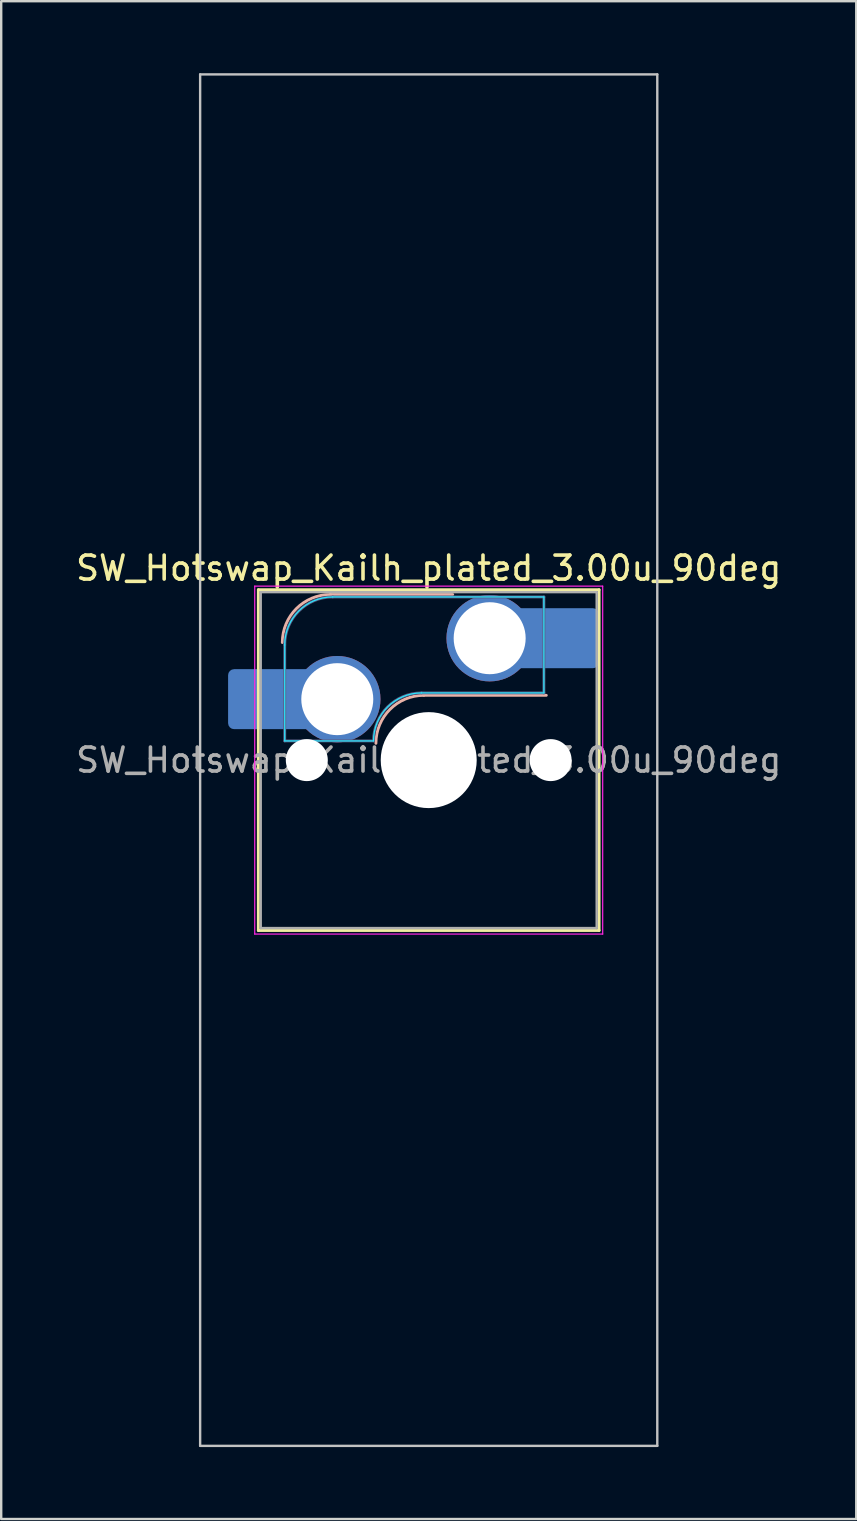
<source format=kicad_pcb>
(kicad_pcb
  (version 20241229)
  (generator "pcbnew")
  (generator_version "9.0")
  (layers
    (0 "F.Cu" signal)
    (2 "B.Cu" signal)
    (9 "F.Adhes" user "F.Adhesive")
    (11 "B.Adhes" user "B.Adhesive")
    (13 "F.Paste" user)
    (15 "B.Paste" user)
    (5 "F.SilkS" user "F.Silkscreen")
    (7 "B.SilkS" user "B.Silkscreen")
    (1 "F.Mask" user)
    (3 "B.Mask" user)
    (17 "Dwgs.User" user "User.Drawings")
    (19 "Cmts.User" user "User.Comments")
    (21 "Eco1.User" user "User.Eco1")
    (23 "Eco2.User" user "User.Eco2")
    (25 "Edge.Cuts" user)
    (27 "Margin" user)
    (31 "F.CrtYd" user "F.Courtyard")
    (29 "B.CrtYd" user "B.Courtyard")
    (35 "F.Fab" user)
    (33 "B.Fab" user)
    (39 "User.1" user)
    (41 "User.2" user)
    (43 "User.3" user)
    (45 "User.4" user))
  (footprint "SW_Hotswap_Kailh_plated_3.00u_90deg"
    (layer "F.Cu")
    (at 14.815 28.625)
    (property "Reference" "SW_Hotswap_Kailh_plated_3.00u_90deg" (at 0 -8 0) (layer "F.SilkS") (effects (font (size 1 1) (thickness 0.15))))
    (attr smd)
    (fp_line (start -7.1 -7.1) (end -7.1 7.1) (stroke (width 0.12) (type solid)) (layer "F.SilkS"))
    (fp_line (start -7.1 7.1) (end 7.1 7.1) (stroke (width 0.12) (type solid)) (layer "F.SilkS"))
    (fp_line (start 7.1 -7.1) (end -7.1 -7.1) (stroke (width 0.12) (type solid)) (layer "F.SilkS"))
    (fp_line (start 7.1 7.1) (end 7.1 -7.1) (stroke (width 0.12) (type solid)) (layer "F.SilkS"))
    (fp_line (start -4.1 -6.9) (end 1 -6.9) (stroke (width 0.12) (type solid)) (layer "B.SilkS"))
    (fp_line (start -0.2 -2.7) (end 4.9 -2.7) (stroke (width 0.12) (type solid)) (layer "B.SilkS"))
    (fp_arc (start -6.1 -4.9) (mid -5.514214 -6.314214) (end -4.1 -6.9) (stroke (width 0.12) (type solid)) (layer "B.SilkS"))
    (fp_arc (start -2.2 -0.7) (mid -1.614214 -2.114214) (end -0.2 -2.7) (stroke (width 0.12) (type solid)) (layer "B.SilkS"))
    (fp_line (start -9.525 -28.575) (end 9.525 -28.575) (stroke (width 0.1) (type solid)) (layer "Dwgs.User"))
    (fp_line (start -9.525 28.575) (end -9.525 -28.575) (stroke (width 0.1) (type solid)) (layer "Dwgs.User"))
    (fp_line (start 9.525 -28.575) (end 9.525 28.575) (stroke (width 0.1) (type solid)) (layer "Dwgs.User"))
    (fp_line (start 9.525 28.575) (end -9.525 28.575) (stroke (width 0.1) (type solid)) (layer "Dwgs.User"))
    (fp_line (start -7.8 -6) (end -7 -6) (stroke (width 0.1) (type solid)) (layer "Eco1.User"))
    (fp_line (start -7.8 -2.9) (end -7.8 -6) (stroke (width 0.1) (type solid)) (layer "Eco1.User"))
    (fp_line (start -7.8 2.9) (end -7 2.9) (stroke (width 0.1) (type solid)) (layer "Eco1.User"))
    (fp_line (start -7.8 6) (end -7.8 2.9) (stroke (width 0.1) (type solid)) (layer "Eco1.User"))
    (fp_line (start -7 -7) (end 7 -7) (stroke (width 0.1) (type solid)) (layer "Eco1.User"))
    (fp_line (start -7 -6) (end -7 -7) (stroke (width 0.1) (type solid)) (layer "Eco1.User"))
    (fp_line (start -7 -2.9) (end -7.8 -2.9) (stroke (width 0.1) (type solid)) (layer "Eco1.User"))
    (fp_line (start -7 2.9) (end -7 -2.9) (stroke (width 0.1) (type solid)) (layer "Eco1.User"))
    (fp_line (start -7 6) (end -7.8 6) (stroke (width 0.1) (type solid)) (layer "Eco1.User"))
    (fp_line (start -7 7) (end -7 6) (stroke (width 0.1) (type solid)) (layer "Eco1.User"))
    (fp_line (start 7 -7) (end 7 -6) (stroke (width 0.1) (type solid)) (layer "Eco1.User"))
    (fp_line (start 7 -6) (end 7.8 -6) (stroke (width 0.1) (type solid)) (layer "Eco1.User"))
    (fp_line (start 7 -2.9) (end 7 2.9) (stroke (width 0.1) (type solid)) (layer "Eco1.User"))
    (fp_line (start 7 2.9) (end 7.8 2.9) (stroke (width 0.1) (type solid)) (layer "Eco1.User"))
    (fp_line (start 7 6) (end 7 7) (stroke (width 0.1) (type solid)) (layer "Eco1.User"))
    (fp_line (start 7 7) (end -7 7) (stroke (width 0.1) (type solid)) (layer "Eco1.User"))
    (fp_line (start 7.8 -6) (end 7.8 -2.9) (stroke (width 0.1) (type solid)) (layer "Eco1.User"))
    (fp_line (start 7.8 -2.9) (end 7 -2.9) (stroke (width 0.1) (type solid)) (layer "Eco1.User"))
    (fp_line (start 7.8 2.9) (end 7.8 6) (stroke (width 0.1) (type solid)) (layer "Eco1.User"))
    (fp_line (start 7.8 6) (end 7 6) (stroke (width 0.1) (type solid)) (layer "Eco1.User"))
    (fp_line (start -6 -0.8) (end -6 -4.8) (stroke (width 0.05) (type solid)) (layer "B.CrtYd"))
    (fp_line (start -6 -0.8) (end -2.3 -0.8) (stroke (width 0.05) (type solid)) (layer "B.CrtYd"))
    (fp_line (start -4 -6.8) (end 4.8 -6.8) (stroke (width 0.05) (type solid)) (layer "B.CrtYd"))
    (fp_line (start -0.3 -2.8) (end 4.8 -2.8) (stroke (width 0.05) (type solid)) (layer "B.CrtYd"))
    (fp_line (start 4.8 -6.8) (end 4.8 -2.8) (stroke (width 0.05) (type solid)) (layer "B.CrtYd"))
    (fp_arc (start -6 -4.8) (mid -5.414214 -6.214214) (end -4 -6.8) (stroke (width 0.05) (type solid)) (layer "B.CrtYd"))
    (fp_arc (start -2.3 -0.8) (mid -1.714214 -2.214214) (end -0.3 -2.8) (stroke (width 0.05) (type solid)) (layer "B.CrtYd"))
    (fp_line (start -7.25 -7.25) (end -7.25 7.25) (stroke (width 0.05) (type solid)) (layer "F.CrtYd"))
    (fp_line (start -7.25 7.25) (end 7.25 7.25) (stroke (width 0.05) (type solid)) (layer "F.CrtYd"))
    (fp_line (start 7.25 -7.25) (end -7.25 -7.25) (stroke (width 0.05) (type solid)) (layer "F.CrtYd"))
    (fp_line (start 7.25 7.25) (end 7.25 -7.25) (stroke (width 0.05) (type solid)) (layer "F.CrtYd"))
    (fp_line (start -6 -0.8) (end -6 -4.8) (stroke (width 0.12) (type solid)) (layer "B.Fab"))
    (fp_line (start -6 -0.8) (end -2.3 -0.8) (stroke (width 0.12) (type solid)) (layer "B.Fab"))
    (fp_line (start -4 -6.8) (end 4.8 -6.8) (stroke (width 0.12) (type solid)) (layer "B.Fab"))
    (fp_line (start -0.3 -2.8) (end 4.8 -2.8) (stroke (width 0.12) (type solid)) (layer "B.Fab"))
    (fp_line (start 4.8 -6.8) (end 4.8 -2.8) (stroke (width 0.12) (type solid)) (layer "B.Fab"))
    (fp_arc (start -6 -4.8) (mid -5.414214 -6.214214) (end -4 -6.8) (stroke (width 0.12) (type solid)) (layer "B.Fab"))
    (fp_arc (start -2.3 -0.8) (mid -1.714214 -2.214214) (end -0.3 -2.8) (stroke (width 0.12) (type solid)) (layer "B.Fab"))
    (fp_line (start -7 -7) (end -7 7) (stroke (width 0.1) (type solid)) (layer "F.Fab"))
    (fp_line (start -7 7) (end 7 7) (stroke (width 0.1) (type solid)) (layer "F.Fab"))
    (fp_line (start 7 -7) (end -7 -7) (stroke (width 0.1) (type solid)) (layer "F.Fab"))
    (fp_line (start 7 7) (end 7 -7) (stroke (width 0.1) (type solid)) (layer "F.Fab"))
    (fp_text user "${REFERENCE}" (at 0 0 0) (layer "F.Fab") (effects (font (size 1 1) (thickness 0.15))))
    (pad "" smd roundrect (at -7.085 -2.54) (size 2.55 2.5) (layers "B.Mask" "B.Paste") (roundrect_rratio 0.1))
    (pad "" np_thru_hole circle (at -5.08 0) (size 1.75 1.75) (drill 1.75) (layers "*.Cu" "*.Mask"))
    (pad "" np_thru_hole circle (at 0 0) (size 4 4) (drill 4) (layers "*.Cu" "*.Mask"))
    (pad "" np_thru_hole circle (at 5.08 0) (size 1.75 1.75) (drill 1.75) (layers "*.Cu" "*.Mask"))
    (pad "" smd roundrect (at 5.842 -5.08) (size 2.55 2.5) (layers "B.Mask" "B.Paste") (roundrect_rratio 0.1))
    (pad "1" smd roundrect (at -6.585 -2.54) (size 3.55 2.5) (layers "B.Cu") (roundrect_rratio 0.1))
    (pad "1" thru_hole circle (at -3.81 -2.54) (size 3.6 3.6) (drill 3) (layers "*.Cu" "B.Mask"))
    (pad "2" thru_hole circle (at 2.54 -5.08) (size 3.6 3.6) (drill 3) (layers "*.Cu" "B.Mask"))
    (pad "2" smd roundrect (at 5.32 -5.08) (size 3.55 2.5) (layers "B.Cu") (roundrect_rratio 0.1)))
  (gr_rect
    (start -3 -3)
    (end 32.631 60.25)
    (stroke (width 0.1) (type default))
    (fill no)
    (layer "Edge.Cuts")))
</source>
